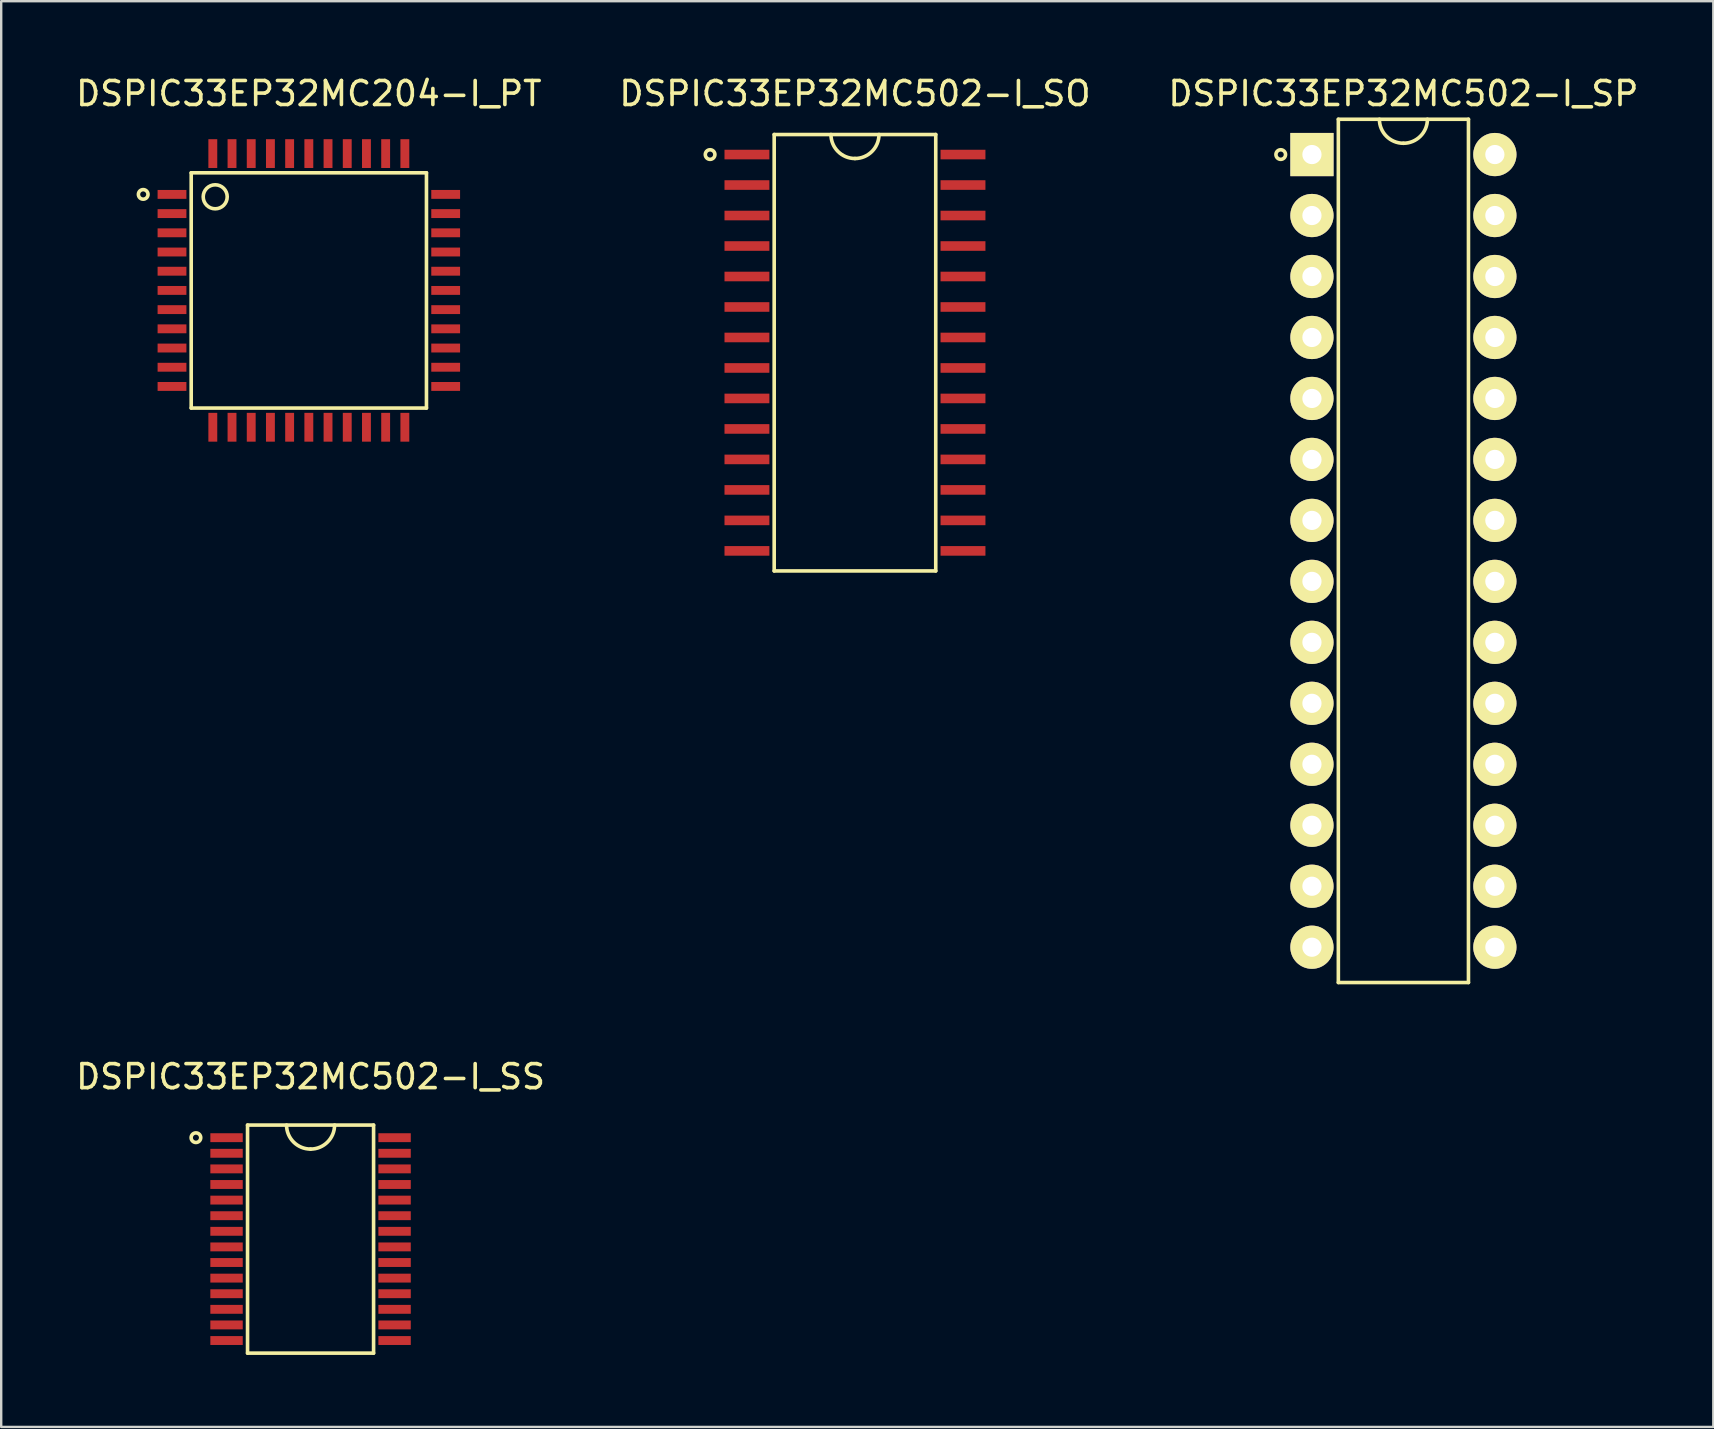
<source format=kicad_pcb>
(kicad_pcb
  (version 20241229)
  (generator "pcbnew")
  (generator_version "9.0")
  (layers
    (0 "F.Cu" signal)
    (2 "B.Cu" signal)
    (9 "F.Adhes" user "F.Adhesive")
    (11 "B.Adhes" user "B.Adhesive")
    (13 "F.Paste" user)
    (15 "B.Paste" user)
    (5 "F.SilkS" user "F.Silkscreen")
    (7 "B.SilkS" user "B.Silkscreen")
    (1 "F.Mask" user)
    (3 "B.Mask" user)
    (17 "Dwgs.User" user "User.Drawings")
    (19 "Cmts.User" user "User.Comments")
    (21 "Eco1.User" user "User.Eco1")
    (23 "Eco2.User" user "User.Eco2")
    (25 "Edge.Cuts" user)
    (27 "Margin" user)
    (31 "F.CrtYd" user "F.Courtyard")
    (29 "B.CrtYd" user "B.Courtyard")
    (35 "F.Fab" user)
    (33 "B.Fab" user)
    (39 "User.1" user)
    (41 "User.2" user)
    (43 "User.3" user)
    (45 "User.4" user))
  (footprint "DSPIC33EP32MC502-I_SS"
    (layer "F.Cu")
    (at 6.387 44.342)
    (property "Reference" "DSPIC33EP32MC502-I_SS" (at 3.5 -2.54 0) (layer "F.SilkS") (effects (font (size 1 1) (thickness 0.15))))
    (attr through_hole)
    (fp_line (start 0.875 -0.525) (end 6.125 -0.525) (stroke (width 0.15) (type solid)) (layer "F.SilkS"))
    (fp_line (start 0.875 8.975) (end 0.875 -0.525) (stroke (width 0.15) (type solid)) (layer "F.SilkS"))
    (fp_line (start 6.125 -0.525) (end 6.125 8.975) (stroke (width 0.15) (type solid)) (layer "F.SilkS"))
    (fp_line (start 6.125 8.975) (end 0.875 8.975) (stroke (width 0.15) (type solid)) (layer "F.SilkS"))
    (fp_arc (start 3.5 0.475) (mid 2.792893 0.182107) (end 2.5 -0.525) (stroke (width 0.15) (type solid)) (layer "F.SilkS"))
    (fp_arc (start 4.5 -0.525) (mid 4.207107 0.182107) (end 3.5 0.475) (stroke (width 0.15) (type solid)) (layer "F.SilkS"))
    (fp_circle (center -1.275 0) (end -1.275 0.2) (stroke (width 0.15) (type solid)) (fill no) (layer "F.SilkS"))
    (pad "1" smd rect (at 0 0) (size 1.35 0.37) (layers "F.Cu" "F.Mask" "F.Paste"))
    (pad "2" smd rect (at 0 0.65) (size 1.35 0.37) (layers "F.Cu" "F.Mask" "F.Paste"))
    (pad "3" smd rect (at 0 1.3) (size 1.35 0.37) (layers "F.Cu" "F.Mask" "F.Paste"))
    (pad "4" smd rect (at 0 1.95) (size 1.35 0.37) (layers "F.Cu" "F.Mask" "F.Paste"))
    (pad "5" smd rect (at 0 2.6) (size 1.35 0.37) (layers "F.Cu" "F.Mask" "F.Paste"))
    (pad "6" smd rect (at 0 3.25) (size 1.35 0.37) (layers "F.Cu" "F.Mask" "F.Paste"))
    (pad "7" smd rect (at 0 3.9) (size 1.35 0.37) (layers "F.Cu" "F.Mask" "F.Paste"))
    (pad "8" smd rect (at 0 4.55) (size 1.35 0.37) (layers "F.Cu" "F.Mask" "F.Paste"))
    (pad "9" smd rect (at 0 5.2) (size 1.35 0.37) (layers "F.Cu" "F.Mask" "F.Paste"))
    (pad "10" smd rect (at 0 5.85) (size 1.35 0.37) (layers "F.Cu" "F.Mask" "F.Paste"))
    (pad "11" smd rect (at 0 6.5) (size 1.35 0.37) (layers "F.Cu" "F.Mask" "F.Paste"))
    (pad "12" smd rect (at 0 7.15) (size 1.35 0.37) (layers "F.Cu" "F.Mask" "F.Paste"))
    (pad "13" smd rect (at 0 7.8) (size 1.35 0.37) (layers "F.Cu" "F.Mask" "F.Paste"))
    (pad "14" smd rect (at 0 8.45) (size 1.35 0.37) (layers "F.Cu" "F.Mask" "F.Paste"))
    (pad "15" smd rect (at 7 8.45) (size 1.35 0.37) (layers "F.Cu" "F.Mask" "F.Paste"))
    (pad "16" smd rect (at 7 7.8) (size 1.35 0.37) (layers "F.Cu" "F.Mask" "F.Paste"))
    (pad "17" smd rect (at 7 7.15) (size 1.35 0.37) (layers "F.Cu" "F.Mask" "F.Paste"))
    (pad "18" smd rect (at 7 6.5) (size 1.35 0.37) (layers "F.Cu" "F.Mask" "F.Paste"))
    (pad "19" smd rect (at 7 5.85) (size 1.35 0.37) (layers "F.Cu" "F.Mask" "F.Paste"))
    (pad "20" smd rect (at 7 5.2) (size 1.35 0.37) (layers "F.Cu" "F.Mask" "F.Paste"))
    (pad "21" smd rect (at 7 4.55) (size 1.35 0.37) (layers "F.Cu" "F.Mask" "F.Paste"))
    (pad "22" smd rect (at 7 3.9) (size 1.35 0.37) (layers "F.Cu" "F.Mask" "F.Paste"))
    (pad "23" smd rect (at 7 3.25) (size 1.35 0.37) (layers "F.Cu" "F.Mask" "F.Paste"))
    (pad "24" smd rect (at 7 2.6) (size 1.35 0.37) (layers "F.Cu" "F.Mask" "F.Paste"))
    (pad "25" smd rect (at 7 1.95) (size 1.35 0.37) (layers "F.Cu" "F.Mask" "F.Paste"))
    (pad "26" smd rect (at 7 1.3) (size 1.35 0.37) (layers "F.Cu" "F.Mask" "F.Paste"))
    (pad "27" smd rect (at 7 0.65) (size 1.35 0.37) (layers "F.Cu" "F.Mask" "F.Paste"))
    (pad "28" smd rect (at 7 0) (size 1.35 0.37) (layers "F.Cu" "F.Mask" "F.Paste")))
  (footprint "DSPIC33EP32MC502-I_SO"
    (layer "F.Cu")
    (at 28.065 3.388)
    (property "Reference" "DSPIC33EP32MC502-I_SO" (at 4.5 -2.54 0) (layer "F.SilkS") (effects (font (size 1 1) (thickness 0.15))))
    (attr through_hole)
    (fp_line (start 1.135 -0.835) (end 7.865 -0.835) (stroke (width 0.15) (type solid)) (layer "F.SilkS"))
    (fp_line (start 1.135 17.345) (end 1.135 -0.835) (stroke (width 0.15) (type solid)) (layer "F.SilkS"))
    (fp_line (start 7.865 -0.835) (end 7.865 17.345) (stroke (width 0.15) (type solid)) (layer "F.SilkS"))
    (fp_line (start 7.865 17.345) (end 1.135 17.345) (stroke (width 0.15) (type solid)) (layer "F.SilkS"))
    (fp_arc (start 4.5 0.165) (mid 3.792893 -0.127893) (end 3.5 -0.835) (stroke (width 0.15) (type solid)) (layer "F.SilkS"))
    (fp_arc (start 5.5 -0.835) (mid 5.207107 -0.127893) (end 4.5 0.165) (stroke (width 0.15) (type solid)) (layer "F.SilkS"))
    (fp_circle (center -1.535 0) (end -1.535 0.2) (stroke (width 0.15) (type solid)) (fill no) (layer "F.SilkS"))
    (pad "1" smd rect (at 0 0) (size 1.87 0.4) (layers "F.Cu" "F.Mask" "F.Paste"))
    (pad "2" smd rect (at 0 1.27) (size 1.87 0.4) (layers "F.Cu" "F.Mask" "F.Paste"))
    (pad "3" smd rect (at 0 2.54) (size 1.87 0.4) (layers "F.Cu" "F.Mask" "F.Paste"))
    (pad "4" smd rect (at 0 3.81) (size 1.87 0.4) (layers "F.Cu" "F.Mask" "F.Paste"))
    (pad "5" smd rect (at 0 5.08) (size 1.87 0.4) (layers "F.Cu" "F.Mask" "F.Paste"))
    (pad "6" smd rect (at 0 6.35) (size 1.87 0.4) (layers "F.Cu" "F.Mask" "F.Paste"))
    (pad "7" smd rect (at 0 7.62) (size 1.87 0.4) (layers "F.Cu" "F.Mask" "F.Paste"))
    (pad "8" smd rect (at 0 8.89) (size 1.87 0.4) (layers "F.Cu" "F.Mask" "F.Paste"))
    (pad "9" smd rect (at 0 10.16) (size 1.87 0.4) (layers "F.Cu" "F.Mask" "F.Paste"))
    (pad "10" smd rect (at 0 11.43) (size 1.87 0.4) (layers "F.Cu" "F.Mask" "F.Paste"))
    (pad "11" smd rect (at 0 12.7) (size 1.87 0.4) (layers "F.Cu" "F.Mask" "F.Paste"))
    (pad "12" smd rect (at 0 13.97) (size 1.87 0.4) (layers "F.Cu" "F.Mask" "F.Paste"))
    (pad "13" smd rect (at 0 15.24) (size 1.87 0.4) (layers "F.Cu" "F.Mask" "F.Paste"))
    (pad "14" smd rect (at 0 16.51) (size 1.87 0.4) (layers "F.Cu" "F.Mask" "F.Paste"))
    (pad "15" smd rect (at 9 16.51) (size 1.87 0.4) (layers "F.Cu" "F.Mask" "F.Paste"))
    (pad "16" smd rect (at 9 15.24) (size 1.87 0.4) (layers "F.Cu" "F.Mask" "F.Paste"))
    (pad "17" smd rect (at 9 13.97) (size 1.87 0.4) (layers "F.Cu" "F.Mask" "F.Paste"))
    (pad "18" smd rect (at 9 12.7) (size 1.87 0.4) (layers "F.Cu" "F.Mask" "F.Paste"))
    (pad "19" smd rect (at 9 11.43) (size 1.87 0.4) (layers "F.Cu" "F.Mask" "F.Paste"))
    (pad "20" smd rect (at 9 10.16) (size 1.87 0.4) (layers "F.Cu" "F.Mask" "F.Paste"))
    (pad "21" smd rect (at 9 8.89) (size 1.87 0.4) (layers "F.Cu" "F.Mask" "F.Paste"))
    (pad "22" smd rect (at 9 7.62) (size 1.87 0.4) (layers "F.Cu" "F.Mask" "F.Paste"))
    (pad "23" smd rect (at 9 6.35) (size 1.87 0.4) (layers "F.Cu" "F.Mask" "F.Paste"))
    (pad "24" smd rect (at 9 5.08) (size 1.87 0.4) (layers "F.Cu" "F.Mask" "F.Paste"))
    (pad "25" smd rect (at 9 3.81) (size 1.87 0.4) (layers "F.Cu" "F.Mask" "F.Paste"))
    (pad "26" smd rect (at 9 2.54) (size 1.87 0.4) (layers "F.Cu" "F.Mask" "F.Paste"))
    (pad "27" smd rect (at 9 1.27) (size 1.87 0.4) (layers "F.Cu" "F.Mask" "F.Paste"))
    (pad "28" smd rect (at 9 0) (size 1.87 0.4) (layers "F.Cu" "F.Mask" "F.Paste")))
  (footprint "DSPIC33EP32MC204-I_PT"
    (layer "F.Cu")
    (at 4.115 3.348)
    (property "Reference" "DSPIC33EP32MC204-I_PT" (at 5.7 -2.5 0) (layer "F.SilkS") (effects (font (size 1 1) (thickness 0.15))))
    (attr through_hole)
    (fp_line (start 0.8 0.8) (end 0.8 10.6) (stroke (width 0.15) (type solid)) (layer "F.SilkS"))
    (fp_line (start 0.8 0.8) (end 10.6 0.8) (stroke (width 0.15) (type solid)) (layer "F.SilkS"))
    (fp_line (start 0.8 10.6) (end 10.6 10.6) (stroke (width 0.15) (type solid)) (layer "F.SilkS"))
    (fp_line (start 10.6 10.6) (end 10.6 0.8) (stroke (width 0.15) (type solid)) (layer "F.SilkS"))
    (fp_circle (center -1.2 1.7) (end -1.2 1.5) (stroke (width 0.15) (type solid)) (fill no) (layer "F.SilkS"))
    (fp_circle (center 1.8 1.8) (end 1.8 1.3) (stroke (width 0.15) (type solid)) (fill no) (layer "F.SilkS"))
    (pad "1" smd rect (at 0 1.7) (size 1.2 0.37) (layers "F.Cu" "F.Mask" "F.Paste"))
    (pad "2" smd rect (at 0 2.5) (size 1.2 0.37) (layers "F.Cu" "F.Mask" "F.Paste"))
    (pad "3" smd rect (at 0 3.3) (size 1.2 0.37) (layers "F.Cu" "F.Mask" "F.Paste"))
    (pad "4" smd rect (at 0 4.1) (size 1.2 0.37) (layers "F.Cu" "F.Mask" "F.Paste"))
    (pad "5" smd rect (at 0 4.9) (size 1.2 0.37) (layers "F.Cu" "F.Mask" "F.Paste"))
    (pad "6" smd rect (at 0 5.7) (size 1.2 0.37) (layers "F.Cu" "F.Mask" "F.Paste"))
    (pad "7" smd rect (at 0 6.5) (size 1.2 0.37) (layers "F.Cu" "F.Mask" "F.Paste"))
    (pad "8" smd rect (at 0 7.3) (size 1.2 0.37) (layers "F.Cu" "F.Mask" "F.Paste"))
    (pad "9" smd rect (at 0 8.1) (size 1.2 0.37) (layers "F.Cu" "F.Mask" "F.Paste"))
    (pad "10" smd rect (at 0 8.9) (size 1.2 0.37) (layers "F.Cu" "F.Mask" "F.Paste"))
    (pad "11" smd rect (at 0 9.7) (size 1.2 0.37) (layers "F.Cu" "F.Mask" "F.Paste"))
    (pad "12" smd rect (at 1.7 11.4) (size 0.37 1.2) (layers "F.Cu" "F.Mask" "F.Paste"))
    (pad "13" smd rect (at 2.5 11.4) (size 0.37 1.2) (layers "F.Cu" "F.Mask" "F.Paste"))
    (pad "14" smd rect (at 3.3 11.4) (size 0.37 1.2) (layers "F.Cu" "F.Mask" "F.Paste"))
    (pad "15" smd rect (at 4.1 11.4) (size 0.37 1.2) (layers "F.Cu" "F.Mask" "F.Paste"))
    (pad "16" smd rect (at 4.9 11.4) (size 0.37 1.2) (layers "F.Cu" "F.Mask" "F.Paste"))
    (pad "17" smd rect (at 5.7 11.4) (size 0.37 1.2) (layers "F.Cu" "F.Mask" "F.Paste"))
    (pad "18" smd rect (at 6.5 11.4) (size 0.37 1.2) (layers "F.Cu" "F.Mask" "F.Paste"))
    (pad "19" smd rect (at 7.3 11.4) (size 0.37 1.2) (layers "F.Cu" "F.Mask" "F.Paste"))
    (pad "20" smd rect (at 8.1 11.4) (size 0.37 1.2) (layers "F.Cu" "F.Mask" "F.Paste"))
    (pad "21" smd rect (at 8.9 11.4) (size 0.37 1.2) (layers "F.Cu" "F.Mask" "F.Paste"))
    (pad "22" smd rect (at 9.7 11.4) (size 0.37 1.2) (layers "F.Cu" "F.Mask" "F.Paste"))
    (pad "23" smd rect (at 11.4 9.7) (size 1.2 0.37) (layers "F.Cu" "F.Mask" "F.Paste"))
    (pad "24" smd rect (at 11.4 8.9) (size 1.2 0.37) (layers "F.Cu" "F.Mask" "F.Paste"))
    (pad "25" smd rect (at 11.4 8.1) (size 1.2 0.37) (layers "F.Cu" "F.Mask" "F.Paste"))
    (pad "26" smd rect (at 11.4 7.3) (size 1.2 0.37) (layers "F.Cu" "F.Mask" "F.Paste"))
    (pad "27" smd rect (at 11.4 6.5) (size 1.2 0.37) (layers "F.Cu" "F.Mask" "F.Paste"))
    (pad "28" smd rect (at 11.4 5.7) (size 1.2 0.37) (layers "F.Cu" "F.Mask" "F.Paste"))
    (pad "29" smd rect (at 11.4 4.9) (size 1.2 0.37) (layers "F.Cu" "F.Mask" "F.Paste"))
    (pad "30" smd rect (at 11.4 4.1) (size 1.2 0.37) (layers "F.Cu" "F.Mask" "F.Paste"))
    (pad "31" smd rect (at 11.4 3.3) (size 1.2 0.37) (layers "F.Cu" "F.Mask" "F.Paste"))
    (pad "32" smd rect (at 11.4 2.5) (size 1.2 0.37) (layers "F.Cu" "F.Mask" "F.Paste"))
    (pad "33" smd rect (at 11.4 1.7) (size 1.2 0.37) (layers "F.Cu" "F.Mask" "F.Paste"))
    (pad "34" smd rect (at 9.7 0) (size 0.37 1.2) (layers "F.Cu" "F.Mask" "F.Paste"))
    (pad "35" smd rect (at 8.9 0) (size 0.37 1.2) (layers "F.Cu" "F.Mask" "F.Paste"))
    (pad "36" smd rect (at 8.1 0) (size 0.37 1.2) (layers "F.Cu" "F.Mask" "F.Paste"))
    (pad "37" smd rect (at 7.3 0) (size 0.37 1.2) (layers "F.Cu" "F.Mask" "F.Paste"))
    (pad "38" smd rect (at 6.5 0) (size 0.37 1.2) (layers "F.Cu" "F.Mask" "F.Paste"))
    (pad "39" smd rect (at 5.7 0) (size 0.37 1.2) (layers "F.Cu" "F.Mask" "F.Paste"))
    (pad "40" smd rect (at 4.9 0) (size 0.37 1.2) (layers "F.Cu" "F.Mask" "F.Paste"))
    (pad "41" smd rect (at 4.1 0) (size 0.37 1.2) (layers "F.Cu" "F.Mask" "F.Paste"))
    (pad "42" smd rect (at 3.3 0) (size 0.37 1.2) (layers "F.Cu" "F.Mask" "F.Paste"))
    (pad "43" smd rect (at 2.5 0) (size 0.37 1.2) (layers "F.Cu" "F.Mask" "F.Paste"))
    (pad "44" smd rect (at 1.7 0) (size 0.37 1.2) (layers "F.Cu" "F.Mask" "F.Paste")))
  (footprint "DSPIC33EP32MC502-I_SP"
    (layer "F.Cu")
    (at 51.601 3.388)
    (property "Reference" "DSPIC33EP32MC502-I_SP" (at 3.81 -2.54 0) (layer "F.SilkS") (effects (font (size 1 1) (thickness 0.15))))
    (attr through_hole)
    (fp_line (start 1.1 -1.47) (end 6.52 -1.47) (stroke (width 0.15) (type solid)) (layer "F.SilkS"))
    (fp_line (start 1.1 34.49) (end 1.1 -1.47) (stroke (width 0.15) (type solid)) (layer "F.SilkS"))
    (fp_line (start 6.52 -1.47) (end 6.52 34.49) (stroke (width 0.15) (type solid)) (layer "F.SilkS"))
    (fp_line (start 6.52 34.49) (end 1.1 34.49) (stroke (width 0.15) (type solid)) (layer "F.SilkS"))
    (fp_arc (start 3.81 -0.47) (mid 3.102893 -0.762893) (end 2.81 -1.47) (stroke (width 0.15) (type solid)) (layer "F.SilkS"))
    (fp_arc (start 4.81 -1.47) (mid 4.517107 -0.762893) (end 3.81 -0.47) (stroke (width 0.15) (type solid)) (layer "F.SilkS"))
    (fp_circle (center -1.3 0) (end -1.3 0.2) (stroke (width 0.15) (type solid)) (fill no) (layer "F.SilkS"))
    (pad "1" thru_hole rect (at 0 0) (size 1.8 1.8) (drill 0.8) (layers "*.Cu" "*.Mask" "F.SilkS"))
    (pad "2" thru_hole circle (at 0 2.54) (size 1.8 1.8) (drill 0.8) (layers "*.Cu" "*.Mask" "F.SilkS"))
    (pad "3" thru_hole circle (at 0 5.08) (size 1.8 1.8) (drill 0.8) (layers "*.Cu" "*.Mask" "F.SilkS"))
    (pad "4" thru_hole circle (at 0 7.62) (size 1.8 1.8) (drill 0.8) (layers "*.Cu" "*.Mask" "F.SilkS"))
    (pad "5" thru_hole circle (at 0 10.16) (size 1.8 1.8) (drill 0.8) (layers "*.Cu" "*.Mask" "F.SilkS"))
    (pad "6" thru_hole circle (at 0 12.7) (size 1.8 1.8) (drill 0.8) (layers "*.Cu" "*.Mask" "F.SilkS"))
    (pad "7" thru_hole circle (at 0 15.24) (size 1.8 1.8) (drill 0.8) (layers "*.Cu" "*.Mask" "F.SilkS"))
    (pad "8" thru_hole circle (at 0 17.78) (size 1.8 1.8) (drill 0.8) (layers "*.Cu" "*.Mask" "F.SilkS"))
    (pad "9" thru_hole circle (at 0 20.32) (size 1.8 1.8) (drill 0.8) (layers "*.Cu" "*.Mask" "F.SilkS"))
    (pad "10" thru_hole circle (at 0 22.86) (size 1.8 1.8) (drill 0.8) (layers "*.Cu" "*.Mask" "F.SilkS"))
    (pad "11" thru_hole circle (at 0 25.4) (size 1.8 1.8) (drill 0.8) (layers "*.Cu" "*.Mask" "F.SilkS"))
    (pad "12" thru_hole circle (at 0 27.94) (size 1.8 1.8) (drill 0.8) (layers "*.Cu" "*.Mask" "F.SilkS"))
    (pad "13" thru_hole circle (at 0 30.48) (size 1.8 1.8) (drill 0.8) (layers "*.Cu" "*.Mask" "F.SilkS"))
    (pad "14" thru_hole circle (at 0 33.02) (size 1.8 1.8) (drill 0.8) (layers "*.Cu" "*.Mask" "F.SilkS"))
    (pad "15" thru_hole circle (at 7.62 33.02) (size 1.8 1.8) (drill 0.8) (layers "*.Cu" "*.Mask" "F.SilkS"))
    (pad "16" thru_hole circle (at 7.62 30.48) (size 1.8 1.8) (drill 0.8) (layers "*.Cu" "*.Mask" "F.SilkS"))
    (pad "17" thru_hole circle (at 7.62 27.94) (size 1.8 1.8) (drill 0.8) (layers "*.Cu" "*.Mask" "F.SilkS"))
    (pad "18" thru_hole circle (at 7.62 25.4) (size 1.8 1.8) (drill 0.8) (layers "*.Cu" "*.Mask" "F.SilkS"))
    (pad "19" thru_hole circle (at 7.62 22.86) (size 1.8 1.8) (drill 0.8) (layers "*.Cu" "*.Mask" "F.SilkS"))
    (pad "20" thru_hole circle (at 7.62 20.32) (size 1.8 1.8) (drill 0.8) (layers "*.Cu" "*.Mask" "F.SilkS"))
    (pad "21" thru_hole circle (at 7.62 17.78) (size 1.8 1.8) (drill 0.8) (layers "*.Cu" "*.Mask" "F.SilkS"))
    (pad "22" thru_hole circle (at 7.62 15.24) (size 1.8 1.8) (drill 0.8) (layers "*.Cu" "*.Mask" "F.SilkS"))
    (pad "23" thru_hole circle (at 7.62 12.7) (size 1.8 1.8) (drill 0.8) (layers "*.Cu" "*.Mask" "F.SilkS"))
    (pad "24" thru_hole circle (at 7.62 10.16) (size 1.8 1.8) (drill 0.8) (layers "*.Cu" "*.Mask" "F.SilkS"))
    (pad "25" thru_hole circle (at 7.62 7.62) (size 1.8 1.8) (drill 0.8) (layers "*.Cu" "*.Mask" "F.SilkS"))
    (pad "26" thru_hole circle (at 7.62 5.08) (size 1.8 1.8) (drill 0.8) (layers "*.Cu" "*.Mask" "F.SilkS"))
    (pad "27" thru_hole circle (at 7.62 2.54) (size 1.8 1.8) (drill 0.8) (layers "*.Cu" "*.Mask" "F.SilkS"))
    (pad "28" thru_hole circle (at 7.62 0) (size 1.8 1.8) (drill 0.8) (layers "*.Cu" "*.Mask" "F.SilkS")))
  (gr_rect
    (start -3 -3)
    (end 68.321 56.392)
    (stroke (width 0.1) (type default))
    (fill no)
    (layer "Edge.Cuts")))
</source>
